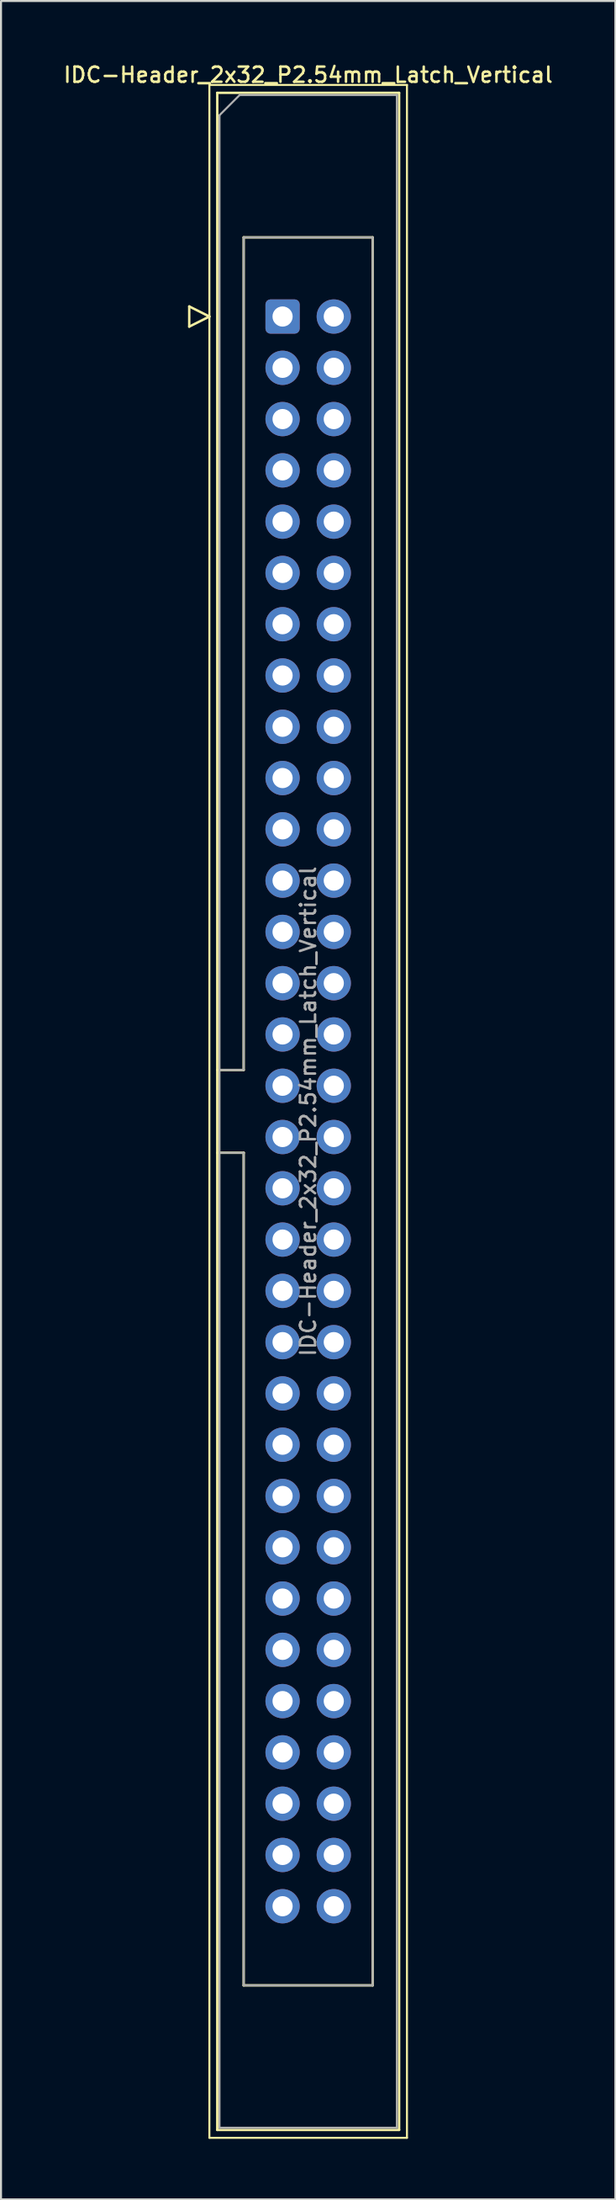
<source format=kicad_pcb>
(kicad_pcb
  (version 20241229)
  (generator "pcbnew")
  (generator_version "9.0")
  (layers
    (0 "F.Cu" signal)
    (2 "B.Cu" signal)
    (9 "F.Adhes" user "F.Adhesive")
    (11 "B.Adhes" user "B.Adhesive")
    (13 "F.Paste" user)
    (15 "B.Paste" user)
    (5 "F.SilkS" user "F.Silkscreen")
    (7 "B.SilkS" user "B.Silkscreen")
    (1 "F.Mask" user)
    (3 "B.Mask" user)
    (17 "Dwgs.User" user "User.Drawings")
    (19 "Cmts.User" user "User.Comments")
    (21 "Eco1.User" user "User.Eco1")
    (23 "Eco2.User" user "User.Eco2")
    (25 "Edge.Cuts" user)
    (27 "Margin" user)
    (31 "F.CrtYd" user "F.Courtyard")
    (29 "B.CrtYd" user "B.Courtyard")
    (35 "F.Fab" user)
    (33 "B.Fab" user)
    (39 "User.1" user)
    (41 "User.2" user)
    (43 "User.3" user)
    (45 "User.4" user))
  (footprint "IDC-Header_2x32_P2.54mm_Latch_Vertical"
    (layer "F.Cu")
    (at 10.967 12.628)
    (property "Reference" "IDC-Header_2x32_P2.54mm_Latch_Vertical" (at 1.27 -11.97 0) (layer "F.SilkS") (effects (font (size 0.75 0.75) (thickness 0.125))))
    (attr through_hole)
    (fp_line (start -4.63 -0.5) (end -4.63 0.5) (stroke (width 0.12) (type solid)) (layer "F.SilkS"))
    (fp_line (start -4.63 0.5) (end -3.63 0) (stroke (width 0.12) (type solid)) (layer "F.SilkS"))
    (fp_line (start -3.63 -11.47) (end -3.63 90.21) (stroke (width 0.1) (type solid)) (layer "F.SilkS"))
    (fp_line (start -3.63 0) (end -4.63 -0.5) (stroke (width 0.12) (type solid)) (layer "F.SilkS"))
    (fp_line (start -3.63 90.21) (end 6.17 90.21) (stroke (width 0.1) (type solid)) (layer "F.SilkS"))
    (fp_line (start -3.24 -11.08) (end 5.78 -11.08) (stroke (width 0.12) (type solid)) (layer "F.SilkS"))
    (fp_line (start -3.24 37.32) (end -1.93 37.32) (stroke (width 0.12) (type solid)) (layer "F.SilkS"))
    (fp_line (start -3.24 89.82) (end -3.24 -11.08) (stroke (width 0.12) (type solid)) (layer "F.SilkS"))
    (fp_line (start -1.93 -3.92) (end 4.47 -3.92) (stroke (width 0.12) (type solid)) (layer "F.SilkS"))
    (fp_line (start -1.93 37.32) (end -1.93 -3.92) (stroke (width 0.12) (type solid)) (layer "F.SilkS"))
    (fp_line (start -1.93 41.42) (end -3.24 41.42) (stroke (width 0.12) (type solid)) (layer "F.SilkS"))
    (fp_line (start -1.93 41.42) (end -1.93 41.42) (stroke (width 0.12) (type solid)) (layer "F.SilkS"))
    (fp_line (start -1.93 82.66) (end -1.93 41.42) (stroke (width 0.12) (type solid)) (layer "F.SilkS"))
    (fp_line (start 4.47 -3.92) (end 4.47 82.66) (stroke (width 0.12) (type solid)) (layer "F.SilkS"))
    (fp_line (start 4.47 82.66) (end -1.93 82.66) (stroke (width 0.12) (type solid)) (layer "F.SilkS"))
    (fp_line (start 5.78 -11.08) (end 5.78 89.82) (stroke (width 0.12) (type solid)) (layer "F.SilkS"))
    (fp_line (start 5.78 89.82) (end -3.24 89.82) (stroke (width 0.12) (type solid)) (layer "F.SilkS"))
    (fp_line (start 6.17 -11.47) (end -3.63 -11.47) (stroke (width 0.1) (type solid)) (layer "F.SilkS"))
    (fp_line (start 6.17 90.21) (end 6.17 -11.47) (stroke (width 0.1) (type solid)) (layer "F.SilkS"))
    (fp_line (start -3.13 -9.97) (end -2.13 -10.97) (stroke (width 0.1) (type solid)) (layer "F.Fab"))
    (fp_line (start -3.13 37.32) (end -1.93 37.32) (stroke (width 0.1) (type solid)) (layer "F.Fab"))
    (fp_line (start -3.13 89.71) (end -3.13 -9.97) (stroke (width 0.1) (type solid)) (layer "F.Fab"))
    (fp_line (start -2.13 -10.97) (end 5.67 -10.97) (stroke (width 0.1) (type solid)) (layer "F.Fab"))
    (fp_line (start -1.93 -3.92) (end 4.47 -3.92) (stroke (width 0.1) (type solid)) (layer "F.Fab"))
    (fp_line (start -1.93 37.32) (end -1.93 -3.92) (stroke (width 0.1) (type solid)) (layer "F.Fab"))
    (fp_line (start -1.93 41.42) (end -3.13 41.42) (stroke (width 0.1) (type solid)) (layer "F.Fab"))
    (fp_line (start -1.93 41.42) (end -1.93 41.42) (stroke (width 0.1) (type solid)) (layer "F.Fab"))
    (fp_line (start -1.93 82.66) (end -1.93 41.42) (stroke (width 0.1) (type solid)) (layer "F.Fab"))
    (fp_line (start 4.47 -3.92) (end 4.47 82.66) (stroke (width 0.1) (type solid)) (layer "F.Fab"))
    (fp_line (start 4.47 82.66) (end -1.93 82.66) (stroke (width 0.1) (type solid)) (layer "F.Fab"))
    (fp_line (start 5.67 -10.97) (end 5.67 89.71) (stroke (width 0.1) (type solid)) (layer "F.Fab"))
    (fp_line (start 5.67 89.71) (end -3.13 89.71) (stroke (width 0.1) (type solid)) (layer "F.Fab"))
    (fp_text user "${REFERENCE}" (at 1.27 39.37 90) (layer "F.Fab") (effects (font (size 0.75 0.75) (thickness 0.125))))
    (pad "1" thru_hole roundrect (at 0 0) (size 1.7 1.7) (drill 1) (layers "*.Cu" "*.Mask") (roundrect_rratio 0.147))
    (pad "2" thru_hole circle (at 2.54 0) (size 1.7 1.7) (drill 1) (layers "*.Cu" "*.Mask"))
    (pad "3" thru_hole circle (at 0 2.54) (size 1.7 1.7) (drill 1) (layers "*.Cu" "*.Mask"))
    (pad "4" thru_hole circle (at 2.54 2.54) (size 1.7 1.7) (drill 1) (layers "*.Cu" "*.Mask"))
    (pad "5" thru_hole circle (at 0 5.08) (size 1.7 1.7) (drill 1) (layers "*.Cu" "*.Mask"))
    (pad "6" thru_hole circle (at 2.54 5.08) (size 1.7 1.7) (drill 1) (layers "*.Cu" "*.Mask"))
    (pad "7" thru_hole circle (at 0 7.62) (size 1.7 1.7) (drill 1) (layers "*.Cu" "*.Mask"))
    (pad "8" thru_hole circle (at 2.54 7.62) (size 1.7 1.7) (drill 1) (layers "*.Cu" "*.Mask"))
    (pad "9" thru_hole circle (at 0 10.16) (size 1.7 1.7) (drill 1) (layers "*.Cu" "*.Mask"))
    (pad "10" thru_hole circle (at 2.54 10.16) (size 1.7 1.7) (drill 1) (layers "*.Cu" "*.Mask"))
    (pad "11" thru_hole circle (at 0 12.7) (size 1.7 1.7) (drill 1) (layers "*.Cu" "*.Mask"))
    (pad "12" thru_hole circle (at 2.54 12.7) (size 1.7 1.7) (drill 1) (layers "*.Cu" "*.Mask"))
    (pad "13" thru_hole circle (at 0 15.24) (size 1.7 1.7) (drill 1) (layers "*.Cu" "*.Mask"))
    (pad "14" thru_hole circle (at 2.54 15.24) (size 1.7 1.7) (drill 1) (layers "*.Cu" "*.Mask"))
    (pad "15" thru_hole circle (at 0 17.78) (size 1.7 1.7) (drill 1) (layers "*.Cu" "*.Mask"))
    (pad "16" thru_hole circle (at 2.54 17.78) (size 1.7 1.7) (drill 1) (layers "*.Cu" "*.Mask"))
    (pad "17" thru_hole circle (at 0 20.32) (size 1.7 1.7) (drill 1) (layers "*.Cu" "*.Mask"))
    (pad "18" thru_hole circle (at 2.54 20.32) (size 1.7 1.7) (drill 1) (layers "*.Cu" "*.Mask"))
    (pad "19" thru_hole circle (at 0 22.86) (size 1.7 1.7) (drill 1) (layers "*.Cu" "*.Mask"))
    (pad "20" thru_hole circle (at 2.54 22.86) (size 1.7 1.7) (drill 1) (layers "*.Cu" "*.Mask"))
    (pad "21" thru_hole circle (at 0 25.4) (size 1.7 1.7) (drill 1) (layers "*.Cu" "*.Mask"))
    (pad "22" thru_hole circle (at 2.54 25.4) (size 1.7 1.7) (drill 1) (layers "*.Cu" "*.Mask"))
    (pad "23" thru_hole circle (at 0 27.94) (size 1.7 1.7) (drill 1) (layers "*.Cu" "*.Mask"))
    (pad "24" thru_hole circle (at 2.54 27.94) (size 1.7 1.7) (drill 1) (layers "*.Cu" "*.Mask"))
    (pad "25" thru_hole circle (at 0 30.48) (size 1.7 1.7) (drill 1) (layers "*.Cu" "*.Mask"))
    (pad "26" thru_hole circle (at 2.54 30.48) (size 1.7 1.7) (drill 1) (layers "*.Cu" "*.Mask"))
    (pad "27" thru_hole circle (at 0 33.02) (size 1.7 1.7) (drill 1) (layers "*.Cu" "*.Mask"))
    (pad "28" thru_hole circle (at 2.54 33.02) (size 1.7 1.7) (drill 1) (layers "*.Cu" "*.Mask"))
    (pad "29" thru_hole circle (at 0 35.56) (size 1.7 1.7) (drill 1) (layers "*.Cu" "*.Mask"))
    (pad "30" thru_hole circle (at 2.54 35.56) (size 1.7 1.7) (drill 1) (layers "*.Cu" "*.Mask"))
    (pad "31" thru_hole circle (at 0 38.1) (size 1.7 1.7) (drill 1) (layers "*.Cu" "*.Mask"))
    (pad "32" thru_hole circle (at 2.54 38.1) (size 1.7 1.7) (drill 1) (layers "*.Cu" "*.Mask"))
    (pad "33" thru_hole circle (at 0 40.64) (size 1.7 1.7) (drill 1) (layers "*.Cu" "*.Mask"))
    (pad "34" thru_hole circle (at 2.54 40.64) (size 1.7 1.7) (drill 1) (layers "*.Cu" "*.Mask"))
    (pad "35" thru_hole circle (at 0 43.18) (size 1.7 1.7) (drill 1) (layers "*.Cu" "*.Mask"))
    (pad "36" thru_hole circle (at 2.54 43.18) (size 1.7 1.7) (drill 1) (layers "*.Cu" "*.Mask"))
    (pad "37" thru_hole circle (at 0 45.72) (size 1.7 1.7) (drill 1) (layers "*.Cu" "*.Mask"))
    (pad "38" thru_hole circle (at 2.54 45.72) (size 1.7 1.7) (drill 1) (layers "*.Cu" "*.Mask"))
    (pad "39" thru_hole circle (at 0 48.26) (size 1.7 1.7) (drill 1) (layers "*.Cu" "*.Mask"))
    (pad "40" thru_hole circle (at 2.54 48.26) (size 1.7 1.7) (drill 1) (layers "*.Cu" "*.Mask"))
    (pad "41" thru_hole circle (at 0 50.8) (size 1.7 1.7) (drill 1) (layers "*.Cu" "*.Mask"))
    (pad "42" thru_hole circle (at 2.54 50.8) (size 1.7 1.7) (drill 1) (layers "*.Cu" "*.Mask"))
    (pad "43" thru_hole circle (at 0 53.34) (size 1.7 1.7) (drill 1) (layers "*.Cu" "*.Mask"))
    (pad "44" thru_hole circle (at 2.54 53.34) (size 1.7 1.7) (drill 1) (layers "*.Cu" "*.Mask"))
    (pad "45" thru_hole circle (at 0 55.88) (size 1.7 1.7) (drill 1) (layers "*.Cu" "*.Mask"))
    (pad "46" thru_hole circle (at 2.54 55.88) (size 1.7 1.7) (drill 1) (layers "*.Cu" "*.Mask"))
    (pad "47" thru_hole circle (at 0 58.42) (size 1.7 1.7) (drill 1) (layers "*.Cu" "*.Mask"))
    (pad "48" thru_hole circle (at 2.54 58.42) (size 1.7 1.7) (drill 1) (layers "*.Cu" "*.Mask"))
    (pad "49" thru_hole circle (at 0 60.96) (size 1.7 1.7) (drill 1) (layers "*.Cu" "*.Mask"))
    (pad "50" thru_hole circle (at 2.54 60.96) (size 1.7 1.7) (drill 1) (layers "*.Cu" "*.Mask"))
    (pad "51" thru_hole circle (at 0 63.5) (size 1.7 1.7) (drill 1) (layers "*.Cu" "*.Mask"))
    (pad "52" thru_hole circle (at 2.54 63.5) (size 1.7 1.7) (drill 1) (layers "*.Cu" "*.Mask"))
    (pad "53" thru_hole circle (at 0 66.04) (size 1.7 1.7) (drill 1) (layers "*.Cu" "*.Mask"))
    (pad "54" thru_hole circle (at 2.54 66.04) (size 1.7 1.7) (drill 1) (layers "*.Cu" "*.Mask"))
    (pad "55" thru_hole circle (at 0 68.58) (size 1.7 1.7) (drill 1) (layers "*.Cu" "*.Mask"))
    (pad "56" thru_hole circle (at 2.54 68.58) (size 1.7 1.7) (drill 1) (layers "*.Cu" "*.Mask"))
    (pad "57" thru_hole circle (at 0 71.12) (size 1.7 1.7) (drill 1) (layers "*.Cu" "*.Mask"))
    (pad "58" thru_hole circle (at 2.54 71.12) (size 1.7 1.7) (drill 1) (layers "*.Cu" "*.Mask"))
    (pad "59" thru_hole circle (at 0 73.66) (size 1.7 1.7) (drill 1) (layers "*.Cu" "*.Mask"))
    (pad "60" thru_hole circle (at 2.54 73.66) (size 1.7 1.7) (drill 1) (layers "*.Cu" "*.Mask"))
    (pad "61" thru_hole circle (at 0 76.2) (size 1.7 1.7) (drill 1) (layers "*.Cu" "*.Mask"))
    (pad "62" thru_hole circle (at 2.54 76.2) (size 1.7 1.7) (drill 1) (layers "*.Cu" "*.Mask"))
    (pad "63" thru_hole circle (at 0 78.74) (size 1.7 1.7) (drill 1) (layers "*.Cu" "*.Mask"))
    (pad "64" thru_hole circle (at 2.54 78.74) (size 1.7 1.7) (drill 1) (layers "*.Cu" "*.Mask")))
  (gr_rect
    (start -3 -3)
    (end 27.475 105.888)
    (stroke (width 0.1) (type default))
    (fill no)
    (layer "Edge.Cuts")))
</source>
